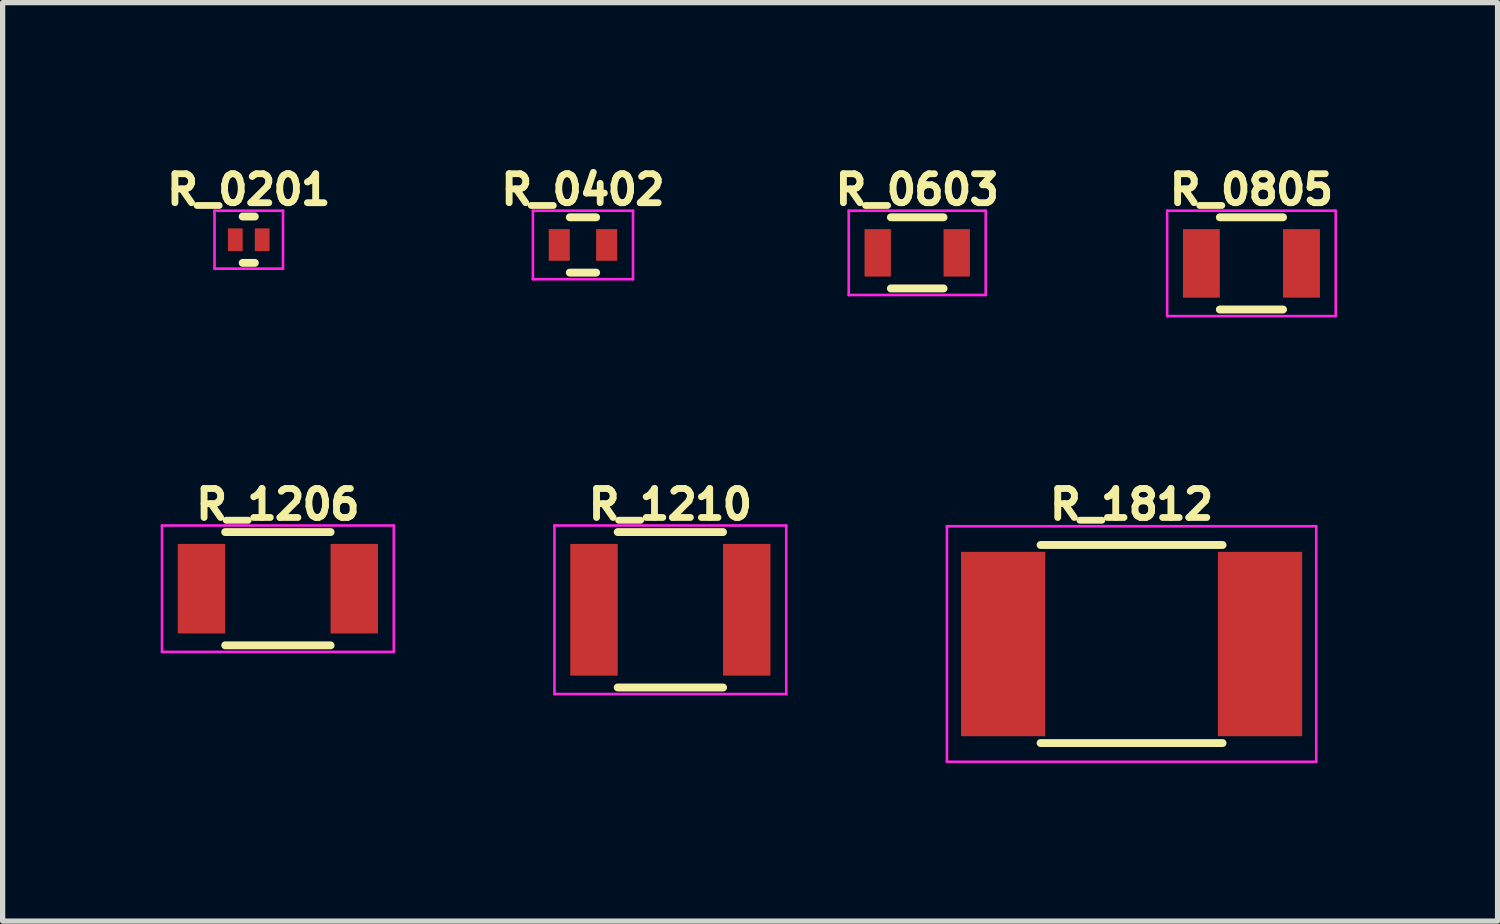
<source format=kicad_pcb>
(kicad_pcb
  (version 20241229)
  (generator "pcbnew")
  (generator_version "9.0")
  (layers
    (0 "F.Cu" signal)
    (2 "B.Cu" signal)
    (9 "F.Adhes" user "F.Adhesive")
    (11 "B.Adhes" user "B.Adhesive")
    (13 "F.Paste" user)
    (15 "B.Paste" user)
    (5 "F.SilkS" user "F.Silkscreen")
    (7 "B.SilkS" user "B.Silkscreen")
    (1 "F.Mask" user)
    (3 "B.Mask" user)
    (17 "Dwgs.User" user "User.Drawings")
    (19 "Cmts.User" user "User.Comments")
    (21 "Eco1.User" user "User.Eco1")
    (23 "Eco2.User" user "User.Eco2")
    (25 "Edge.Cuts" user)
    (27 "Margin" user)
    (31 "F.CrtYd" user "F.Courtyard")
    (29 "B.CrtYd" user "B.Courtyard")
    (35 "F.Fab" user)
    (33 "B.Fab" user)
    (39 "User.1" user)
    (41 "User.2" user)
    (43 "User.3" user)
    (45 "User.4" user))
  (footprint "R_1210"
    (layer "F.Cu")
    (at 9.675 8.525)
    (property "Reference" "R_1210" (at 0 -2 0) (layer "F.SilkS") (effects (font (size 0.55 0.55) (thickness 0.13))))
    (attr smd)
    (fp_line (start -1 -1.475) (end 1 -1.475) (stroke (width 0.15) (type solid)) (layer "F.SilkS"))
    (fp_line (start 1 1.475) (end -1 1.475) (stroke (width 0.15) (type solid)) (layer "F.SilkS"))
    (fp_line (start -2.2 -1.6) (end -2.2 1.6) (stroke (width 0.05) (type solid)) (layer "F.CrtYd"))
    (fp_line (start -2.2 -1.6) (end 2.2 -1.6) (stroke (width 0.05) (type solid)) (layer "F.CrtYd"))
    (fp_line (start -2.2 1.6) (end 2.2 1.6) (stroke (width 0.05) (type solid)) (layer "F.CrtYd"))
    (fp_line (start 2.2 -1.6) (end 2.2 1.6) (stroke (width 0.05) (type solid)) (layer "F.CrtYd"))
    (pad "1" smd rect (at -1.45 0) (size 0.9 2.5) (layers "F.Cu" "F.Mask" "F.Paste"))
    (pad "2" smd rect (at 1.45 0) (size 0.9 2.5) (layers "F.Cu" "F.Mask" "F.Paste")))
  (footprint "R_1206"
    (layer "F.Cu")
    (at 2.225 8.125)
    (property "Reference" "R_1206" (at 0 -1.6 0) (layer "F.SilkS") (effects (font (size 0.55 0.55) (thickness 0.13))))
    (attr smd)
    (fp_line (start -1 -1.075) (end 1 -1.075) (stroke (width 0.15) (type solid)) (layer "F.SilkS"))
    (fp_line (start 1 1.075) (end -1 1.075) (stroke (width 0.15) (type solid)) (layer "F.SilkS"))
    (fp_line (start -2.2 -1.2) (end -2.2 1.2) (stroke (width 0.05) (type solid)) (layer "F.CrtYd"))
    (fp_line (start -2.2 -1.2) (end 2.2 -1.2) (stroke (width 0.05) (type solid)) (layer "F.CrtYd"))
    (fp_line (start -2.2 1.2) (end 2.2 1.2) (stroke (width 0.05) (type solid)) (layer "F.CrtYd"))
    (fp_line (start 2.2 -1.2) (end 2.2 1.2) (stroke (width 0.05) (type solid)) (layer "F.CrtYd"))
    (pad "1" smd rect (at -1.45 0) (size 0.9 1.7) (layers "F.Cu" "F.Mask" "F.Paste"))
    (pad "2" smd rect (at 1.45 0) (size 0.9 1.7) (layers "F.Cu" "F.Mask" "F.Paste")))
  (footprint "R_0201"
    (layer "F.Cu")
    (at 1.672 1.5)
    (property "Reference" "R_0201" (at 0 -0.95 0) (layer "F.SilkS") (effects (font (size 0.55 0.55) (thickness 0.13))))
    (attr smd)
    (fp_line (start -0.115 0.44) (end 0.115 0.44) (stroke (width 0.15) (type solid)) (layer "F.SilkS"))
    (fp_line (start 0.115 -0.44) (end -0.115 -0.44) (stroke (width 0.15) (type solid)) (layer "F.SilkS"))
    (fp_line (start -0.65 -0.55) (end -0.65 0.55) (stroke (width 0.05) (type solid)) (layer "F.CrtYd"))
    (fp_line (start -0.65 -0.55) (end 0.65 -0.55) (stroke (width 0.05) (type solid)) (layer "F.CrtYd"))
    (fp_line (start -0.65 0.55) (end 0.65 0.55) (stroke (width 0.05) (type solid)) (layer "F.CrtYd"))
    (fp_line (start 0.65 -0.55) (end 0.65 0.55) (stroke (width 0.05) (type solid)) (layer "F.CrtYd"))
    (pad "1" smd rect (at -0.255 0) (size 0.28 0.43) (layers "F.Cu" "F.Mask" "F.Paste"))
    (pad "2" smd rect (at 0.255 0) (size 0.28 0.43) (layers "F.Cu" "F.Mask" "F.Paste")))
  (footprint "R_1812"
    (layer "F.Cu")
    (at 18.43 9.175)
    (property "Reference" "R_1812" (at 0 -2.65 0) (layer "F.SilkS") (effects (font (size 0.55 0.55) (thickness 0.13))))
    (attr smd)
    (fp_line (start -1.727 -1.88) (end 1.727 -1.88) (stroke (width 0.15) (type solid)) (layer "F.SilkS"))
    (fp_line (start -1.727 1.88) (end 1.727 1.88) (stroke (width 0.15) (type solid)) (layer "F.SilkS"))
    (fp_line (start -3.505 -2.235) (end 3.505 -2.235) (stroke (width 0.05) (type solid)) (layer "F.CrtYd"))
    (fp_line (start -3.505 2.235) (end -3.505 -2.235) (stroke (width 0.05) (type solid)) (layer "F.CrtYd"))
    (fp_line (start 3.505 -2.235) (end 3.505 2.235) (stroke (width 0.05) (type solid)) (layer "F.CrtYd"))
    (fp_line (start 3.505 2.235) (end -3.505 2.235) (stroke (width 0.05) (type solid)) (layer "F.CrtYd"))
    (pad "1" smd rect (at -2.438 0) (size 1.6 3.5) (layers "F.Cu" "F.Mask" "F.Paste"))
    (pad "2" smd rect (at 2.438 0) (size 1.6 3.5) (layers "F.Cu" "F.Mask" "F.Paste")))
  (footprint "R_0402"
    (layer "F.Cu")
    (at 8.016 1.6)
    (property "Reference" "R_0402" (at 0 -1.05 0) (layer "F.SilkS") (effects (font (size 0.55 0.55) (thickness 0.13))))
    (attr smd)
    (fp_line (start -0.25 0.525) (end 0.25 0.525) (stroke (width 0.15) (type solid)) (layer "F.SilkS"))
    (fp_line (start 0.25 -0.525) (end -0.25 -0.525) (stroke (width 0.15) (type solid)) (layer "F.SilkS"))
    (fp_line (start -0.95 -0.65) (end -0.95 0.65) (stroke (width 0.05) (type solid)) (layer "F.CrtYd"))
    (fp_line (start -0.95 -0.65) (end 0.95 -0.65) (stroke (width 0.05) (type solid)) (layer "F.CrtYd"))
    (fp_line (start -0.95 0.65) (end 0.95 0.65) (stroke (width 0.05) (type solid)) (layer "F.CrtYd"))
    (fp_line (start 0.95 -0.65) (end 0.95 0.65) (stroke (width 0.05) (type solid)) (layer "F.CrtYd"))
    (pad "1" smd rect (at -0.45 0) (size 0.4 0.6) (layers "F.Cu" "F.Mask" "F.Paste"))
    (pad "2" smd rect (at 0.45 0) (size 0.4 0.6) (layers "F.Cu" "F.Mask" "F.Paste")))
  (footprint "R_0603"
    (layer "F.Cu")
    (at 14.361 1.75)
    (property "Reference" "R_0603" (at 0 -1.2 0) (layer "F.SilkS") (effects (font (size 0.55 0.55) (thickness 0.13))))
    (attr smd)
    (fp_line (start -0.5 -0.675) (end 0.5 -0.675) (stroke (width 0.15) (type solid)) (layer "F.SilkS"))
    (fp_line (start 0.5 0.675) (end -0.5 0.675) (stroke (width 0.15) (type solid)) (layer "F.SilkS"))
    (fp_line (start -1.3 -0.8) (end -1.3 0.8) (stroke (width 0.05) (type solid)) (layer "F.CrtYd"))
    (fp_line (start -1.3 -0.8) (end 1.3 -0.8) (stroke (width 0.05) (type solid)) (layer "F.CrtYd"))
    (fp_line (start -1.3 0.8) (end 1.3 0.8) (stroke (width 0.05) (type solid)) (layer "F.CrtYd"))
    (fp_line (start 1.3 -0.8) (end 1.3 0.8) (stroke (width 0.05) (type solid)) (layer "F.CrtYd"))
    (pad "1" smd rect (at -0.75 0) (size 0.5 0.9) (layers "F.Cu" "F.Mask" "F.Paste"))
    (pad "2" smd rect (at 0.75 0) (size 0.5 0.9) (layers "F.Cu" "F.Mask" "F.Paste")))
  (footprint "R_0805"
    (layer "F.Cu")
    (at 20.705 1.95)
    (property "Reference" "R_0805" (at 0 -1.4 0) (layer "F.SilkS") (effects (font (size 0.55 0.55) (thickness 0.13))))
    (attr smd)
    (fp_line (start -0.6 -0.875) (end 0.6 -0.875) (stroke (width 0.15) (type solid)) (layer "F.SilkS"))
    (fp_line (start 0.6 0.875) (end -0.6 0.875) (stroke (width 0.15) (type solid)) (layer "F.SilkS"))
    (fp_line (start -1.6 -1) (end -1.6 1) (stroke (width 0.05) (type solid)) (layer "F.CrtYd"))
    (fp_line (start -1.6 -1) (end 1.6 -1) (stroke (width 0.05) (type solid)) (layer "F.CrtYd"))
    (fp_line (start -1.6 1) (end 1.6 1) (stroke (width 0.05) (type solid)) (layer "F.CrtYd"))
    (fp_line (start 1.6 -1) (end 1.6 1) (stroke (width 0.05) (type solid)) (layer "F.CrtYd"))
    (pad "1" smd rect (at -0.95 0) (size 0.7 1.3) (layers "F.Cu" "F.Mask" "F.Paste"))
    (pad "2" smd rect (at 0.95 0) (size 0.7 1.3) (layers "F.Cu" "F.Mask" "F.Paste")))
  (gr_rect
    (start -3 -3)
    (end 25.377 14.435)
    (stroke (width 0.1) (type default))
    (fill no)
    (layer "Edge.Cuts")))
</source>
